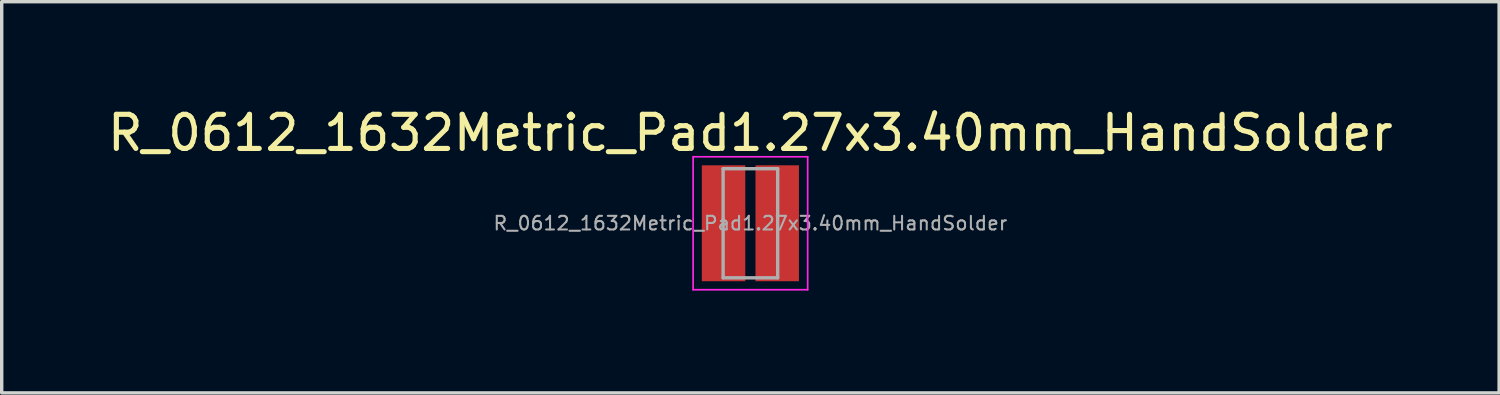
<source format=kicad_pcb>
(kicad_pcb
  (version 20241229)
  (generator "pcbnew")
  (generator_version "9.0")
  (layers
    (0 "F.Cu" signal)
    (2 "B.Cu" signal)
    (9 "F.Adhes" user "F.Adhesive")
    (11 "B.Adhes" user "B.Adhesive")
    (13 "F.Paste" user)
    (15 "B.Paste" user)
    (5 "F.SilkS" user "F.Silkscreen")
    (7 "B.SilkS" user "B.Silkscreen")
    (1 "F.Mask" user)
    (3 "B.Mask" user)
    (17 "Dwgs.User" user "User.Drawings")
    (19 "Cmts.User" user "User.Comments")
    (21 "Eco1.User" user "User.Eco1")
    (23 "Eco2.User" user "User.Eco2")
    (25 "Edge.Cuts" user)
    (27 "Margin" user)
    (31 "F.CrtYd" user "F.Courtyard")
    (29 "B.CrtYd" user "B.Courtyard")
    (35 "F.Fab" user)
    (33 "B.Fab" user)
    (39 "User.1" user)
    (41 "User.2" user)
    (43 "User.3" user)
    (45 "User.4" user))
  (footprint "R_0612_1632Metric_Pad1.27x3.40mm_HandSolder"
    (layer "F.Cu")
    (at 18.958 3.498)
    (property "Reference" "R_0612_1632Metric_Pad1.27x3.40mm_HandSolder" (at 0 -2.65 0) (layer "F.SilkS") (effects (font (size 1 1) (thickness 0.15))))
    (attr smd)
    (fp_line (start -1.68 -1.95) (end 1.68 -1.95) (stroke (width 0.05) (type solid)) (layer "F.CrtYd"))
    (fp_line (start -1.68 1.95) (end -1.68 -1.95) (stroke (width 0.05) (type solid)) (layer "F.CrtYd"))
    (fp_line (start 1.68 -1.95) (end 1.68 1.95) (stroke (width 0.05) (type solid)) (layer "F.CrtYd"))
    (fp_line (start 1.68 1.95) (end -1.68 1.95) (stroke (width 0.05) (type solid)) (layer "F.CrtYd"))
    (fp_line (start -0.8 -1.6) (end 0.8 -1.6) (stroke (width 0.1) (type solid)) (layer "F.Fab"))
    (fp_line (start -0.8 1.6) (end -0.8 -1.6) (stroke (width 0.1) (type solid)) (layer "F.Fab"))
    (fp_line (start 0.8 -1.6) (end 0.8 1.6) (stroke (width 0.1) (type solid)) (layer "F.Fab"))
    (fp_line (start 0.8 1.6) (end -0.8 1.6) (stroke (width 0.1) (type solid)) (layer "F.Fab"))
    (fp_text user "${REFERENCE}" (at 0 0 0) (layer "F.Fab") (effects (font (size 0.4 0.4) (thickness 0.06))))
    (pad "1" smd rect (at -0.787 0) (size 1.275 3.4) (layers "F.Cu" "F.Mask" "F.Paste"))
    (pad "2" smd rect (at 0.787 0) (size 1.275 3.4) (layers "F.Cu" "F.Mask" "F.Paste")))
  (gr_rect
    (start -3 -3)
    (end 40.917 8.473)
    (stroke (width 0.1) (type default))
    (fill no)
    (layer "Edge.Cuts")))
</source>
